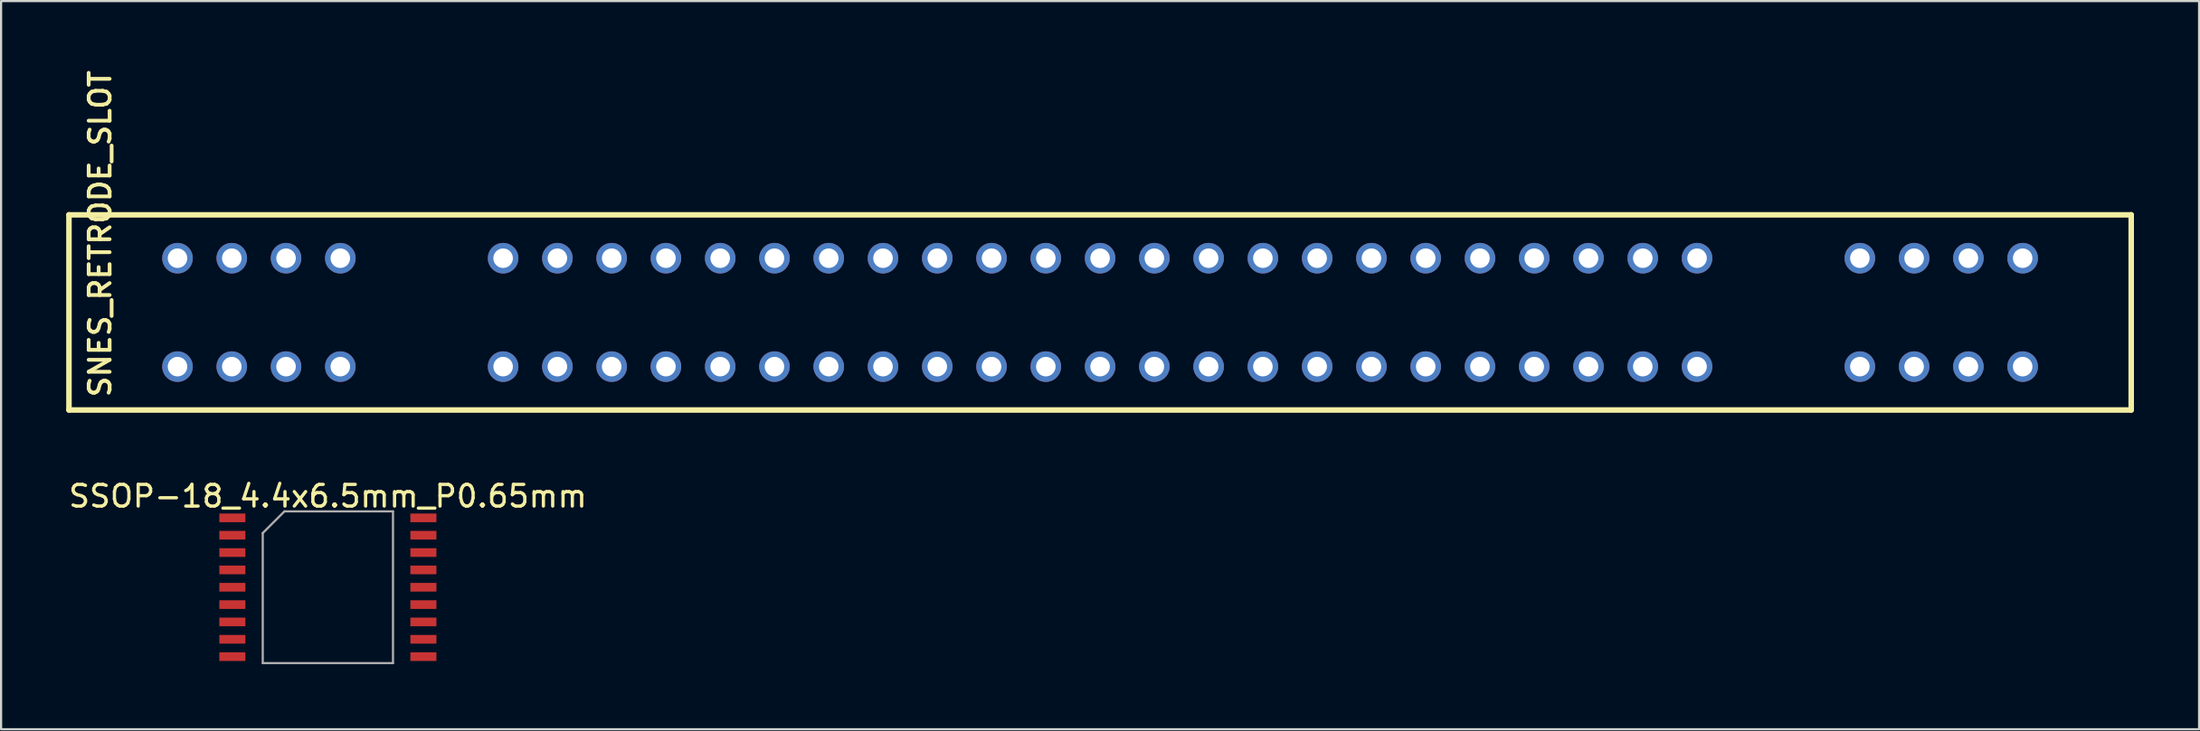
<source format=kicad_pcb>
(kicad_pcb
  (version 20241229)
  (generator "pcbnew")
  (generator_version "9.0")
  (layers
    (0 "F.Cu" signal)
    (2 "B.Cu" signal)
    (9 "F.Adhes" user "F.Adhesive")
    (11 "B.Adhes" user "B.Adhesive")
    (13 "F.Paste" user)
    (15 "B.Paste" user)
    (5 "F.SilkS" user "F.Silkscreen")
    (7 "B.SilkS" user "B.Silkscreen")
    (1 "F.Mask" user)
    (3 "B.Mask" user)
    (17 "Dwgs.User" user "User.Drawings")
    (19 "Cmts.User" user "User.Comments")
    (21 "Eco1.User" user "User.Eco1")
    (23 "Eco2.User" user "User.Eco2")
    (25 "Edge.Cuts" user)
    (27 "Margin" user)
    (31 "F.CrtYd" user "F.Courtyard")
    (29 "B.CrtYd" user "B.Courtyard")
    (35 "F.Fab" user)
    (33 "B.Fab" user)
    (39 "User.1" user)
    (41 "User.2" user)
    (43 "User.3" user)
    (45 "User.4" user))
  (footprint "SSOP-18_4.4x6.5mm_P0.65mm"
    (layer "F.Cu")
    (at 12.054 24.033)
    (property "Reference" "SSOP-18_4.4x6.5mm_P0.65mm" (at 0 -4.2 0) (layer "F.SilkS") (effects (font (size 1 1) (thickness 0.15))))
    (attr smd)
    (fp_line (start -3 -2.5) (end -2 -3.5) (stroke (width 0.1) (type solid)) (layer "F.Fab"))
    (fp_line (start -3 3.5) (end -3 -2.5) (stroke (width 0.1) (type solid)) (layer "F.Fab"))
    (fp_line (start -2 -3.5) (end 3 -3.5) (stroke (width 0.1) (type solid)) (layer "F.Fab"))
    (fp_line (start 3 -3.5) (end 3 3.5) (stroke (width 0.1) (type solid)) (layer "F.Fab"))
    (fp_line (start 3 3.5) (end -3 3.5) (stroke (width 0.1) (type solid)) (layer "F.Fab"))
    (pad "1" smd rect (at -4.4 -3.2) (size 1.2 0.4) (layers "F.Cu" "F.Mask" "F.Paste"))
    (pad "2" smd rect (at -4.4 -2.4) (size 1.2 0.4) (layers "F.Cu" "F.Mask" "F.Paste"))
    (pad "3" smd rect (at -4.4 -1.6) (size 1.2 0.4) (layers "F.Cu" "F.Mask" "F.Paste"))
    (pad "4" smd rect (at -4.4 -0.8) (size 1.2 0.4) (layers "F.Cu" "F.Mask" "F.Paste"))
    (pad "5" smd rect (at -4.4 0) (size 1.2 0.4) (layers "F.Cu" "F.Mask" "F.Paste"))
    (pad "6" smd rect (at -4.4 0.8) (size 1.2 0.4) (layers "F.Cu" "F.Mask" "F.Paste"))
    (pad "7" smd rect (at -4.4 1.6) (size 1.2 0.4) (layers "F.Cu" "F.Mask" "F.Paste"))
    (pad "8" smd rect (at -4.4 2.4) (size 1.2 0.4) (layers "F.Cu" "F.Mask" "F.Paste"))
    (pad "9" smd rect (at -4.4 3.2) (size 1.2 0.4) (layers "F.Cu" "F.Mask" "F.Paste"))
    (pad "10" smd rect (at 4.4 3.2) (size 1.2 0.4) (layers "F.Cu" "F.Mask" "F.Paste"))
    (pad "11" smd rect (at 4.4 2.4) (size 1.2 0.4) (layers "F.Cu" "F.Mask" "F.Paste"))
    (pad "12" smd rect (at 4.4 1.6) (size 1.2 0.4) (layers "F.Cu" "F.Mask" "F.Paste"))
    (pad "13" smd rect (at 4.4 0.8) (size 1.2 0.4) (layers "F.Cu" "F.Mask" "F.Paste"))
    (pad "14" smd rect (at 4.4 0) (size 1.2 0.4) (layers "F.Cu" "F.Mask" "F.Paste"))
    (pad "15" smd rect (at 4.4 -0.8) (size 1.2 0.4) (layers "F.Cu" "F.Mask" "F.Paste"))
    (pad "16" smd rect (at 4.4 -1.6) (size 1.2 0.4) (layers "F.Cu" "F.Mask" "F.Paste"))
    (pad "17" smd rect (at 4.4 -2.4) (size 1.2 0.4) (layers "F.Cu" "F.Mask" "F.Paste"))
    (pad "18" smd rect (at 4.4 -3.2) (size 1.2 0.4) (layers "F.Cu" "F.Mask" "F.Paste")))
  (footprint "SNES_RETRODE_SLOT"
    (layer "F.Cu")
    (at 47.627 11.358)
    (property "Reference" "SNES_RETRODE_SLOT" (at -45.5 4 90) (layer "F.SilkS") (effects (font (size 0.965 0.965) (thickness 0.174)) (justify left bottom)))
    (attr through_hole)
    (fp_line (start -47.5 -4.5) (end 47.5 -4.5) (stroke (width 0.254) (type solid)) (layer "F.SilkS"))
    (fp_line (start -47.5 4.5) (end -47.5 -4.5) (stroke (width 0.254) (type solid)) (layer "F.SilkS"))
    (fp_line (start 47.5 -4.5) (end 47.5 4.5) (stroke (width 0.254) (type solid)) (layer "F.SilkS"))
    (fp_line (start 47.5 4.5) (end -47.5 4.5) (stroke (width 0.254) (type solid)) (layer "F.SilkS"))
    (pad "1" thru_hole circle (at -42.5 -2.5) (size 1.408 1.408) (drill 0.9) (layers "*.Cu" "*.Mask"))
    (pad "2" thru_hole circle (at -40 -2.5) (size 1.408 1.408) (drill 0.9) (layers "*.Cu" "*.Mask"))
    (pad "3" thru_hole circle (at -37.5 -2.5) (size 1.408 1.408) (drill 0.9) (layers "*.Cu" "*.Mask"))
    (pad "4" thru_hole circle (at -35 -2.5) (size 1.408 1.408) (drill 0.9) (layers "*.Cu" "*.Mask"))
    (pad "5" thru_hole circle (at -27.5 -2.5) (size 1.408 1.408) (drill 0.9) (layers "*.Cu" "*.Mask"))
    (pad "6" thru_hole circle (at -25 -2.5) (size 1.408 1.408) (drill 0.9) (layers "*.Cu" "*.Mask"))
    (pad "7" thru_hole circle (at -22.5 -2.5) (size 1.408 1.408) (drill 0.9) (layers "*.Cu" "*.Mask"))
    (pad "8" thru_hole circle (at -20 -2.5) (size 1.408 1.408) (drill 0.9) (layers "*.Cu" "*.Mask"))
    (pad "9" thru_hole circle (at -17.5 -2.5) (size 1.408 1.408) (drill 0.9) (layers "*.Cu" "*.Mask"))
    (pad "10" thru_hole circle (at -15 -2.5) (size 1.408 1.408) (drill 0.9) (layers "*.Cu" "*.Mask"))
    (pad "11" thru_hole circle (at -12.5 -2.5) (size 1.408 1.408) (drill 0.9) (layers "*.Cu" "*.Mask"))
    (pad "12" thru_hole circle (at -10 -2.5) (size 1.408 1.408) (drill 0.9) (layers "*.Cu" "*.Mask"))
    (pad "13" thru_hole circle (at -7.5 -2.5) (size 1.408 1.408) (drill 0.9) (layers "*.Cu" "*.Mask"))
    (pad "14" thru_hole circle (at -5 -2.5) (size 1.408 1.408) (drill 0.9) (layers "*.Cu" "*.Mask"))
    (pad "15" thru_hole circle (at -2.5 -2.5) (size 1.408 1.408) (drill 0.9) (layers "*.Cu" "*.Mask"))
    (pad "16" thru_hole circle (at 0 -2.5) (size 1.408 1.408) (drill 0.9) (layers "*.Cu" "*.Mask"))
    (pad "17" thru_hole circle (at 2.5 -2.5) (size 1.408 1.408) (drill 0.9) (layers "*.Cu" "*.Mask"))
    (pad "18" thru_hole circle (at 5 -2.5) (size 1.408 1.408) (drill 0.9) (layers "*.Cu" "*.Mask"))
    (pad "19" thru_hole circle (at 7.5 -2.5) (size 1.408 1.408) (drill 0.9) (layers "*.Cu" "*.Mask"))
    (pad "20" thru_hole circle (at 10 -2.5) (size 1.408 1.408) (drill 0.9) (layers "*.Cu" "*.Mask"))
    (pad "21" thru_hole circle (at 12.5 -2.5) (size 1.408 1.408) (drill 0.9) (layers "*.Cu" "*.Mask"))
    (pad "22" thru_hole circle (at 15 -2.5) (size 1.408 1.408) (drill 0.9) (layers "*.Cu" "*.Mask"))
    (pad "23" thru_hole circle (at 17.5 -2.5) (size 1.408 1.408) (drill 0.9) (layers "*.Cu" "*.Mask"))
    (pad "24" thru_hole circle (at 20 -2.5) (size 1.408 1.408) (drill 0.9) (layers "*.Cu" "*.Mask"))
    (pad "25" thru_hole circle (at 22.5 -2.5) (size 1.408 1.408) (drill 0.9) (layers "*.Cu" "*.Mask"))
    (pad "26" thru_hole circle (at 25 -2.5) (size 1.408 1.408) (drill 0.9) (layers "*.Cu" "*.Mask"))
    (pad "27" thru_hole circle (at 27.5 -2.5) (size 1.408 1.408) (drill 0.9) (layers "*.Cu" "*.Mask"))
    (pad "28" thru_hole circle (at 35 -2.5) (size 1.408 1.408) (drill 0.9) (layers "*.Cu" "*.Mask"))
    (pad "29" thru_hole circle (at 37.5 -2.5) (size 1.408 1.408) (drill 0.9) (layers "*.Cu" "*.Mask"))
    (pad "30" thru_hole circle (at 40 -2.5) (size 1.408 1.408) (drill 0.9) (layers "*.Cu" "*.Mask"))
    (pad "31" thru_hole circle (at 42.5 -2.5) (size 1.408 1.408) (drill 0.9) (layers "*.Cu" "*.Mask"))
    (pad "32" thru_hole circle (at -42.5 2.5) (size 1.408 1.408) (drill 0.9) (layers "*.Cu" "*.Mask"))
    (pad "33" thru_hole circle (at -40 2.5) (size 1.408 1.408) (drill 0.9) (layers "*.Cu" "*.Mask"))
    (pad "34" thru_hole circle (at -37.5 2.5) (size 1.408 1.408) (drill 0.9) (layers "*.Cu" "*.Mask"))
    (pad "35" thru_hole circle (at -35 2.5) (size 1.408 1.408) (drill 0.9) (layers "*.Cu" "*.Mask"))
    (pad "36" thru_hole circle (at -27.5 2.5) (size 1.408 1.408) (drill 0.9) (layers "*.Cu" "*.Mask"))
    (pad "37" thru_hole circle (at -25 2.5) (size 1.408 1.408) (drill 0.9) (layers "*.Cu" "*.Mask"))
    (pad "38" thru_hole circle (at -22.5 2.5) (size 1.408 1.408) (drill 0.9) (layers "*.Cu" "*.Mask"))
    (pad "39" thru_hole circle (at -20 2.5) (size 1.408 1.408) (drill 0.9) (layers "*.Cu" "*.Mask"))
    (pad "40" thru_hole circle (at -17.5 2.5) (size 1.408 1.408) (drill 0.9) (layers "*.Cu" "*.Mask"))
    (pad "41" thru_hole circle (at -15 2.5) (size 1.408 1.408) (drill 0.9) (layers "*.Cu" "*.Mask"))
    (pad "42" thru_hole circle (at -12.5 2.5) (size 1.408 1.408) (drill 0.9) (layers "*.Cu" "*.Mask"))
    (pad "43" thru_hole circle (at -10 2.5) (size 1.408 1.408) (drill 0.9) (layers "*.Cu" "*.Mask"))
    (pad "44" thru_hole circle (at -7.5 2.5) (size 1.408 1.408) (drill 0.9) (layers "*.Cu" "*.Mask"))
    (pad "45" thru_hole circle (at -5 2.5) (size 1.408 1.408) (drill 0.9) (layers "*.Cu" "*.Mask"))
    (pad "46" thru_hole circle (at -2.5 2.5) (size 1.408 1.408) (drill 0.9) (layers "*.Cu" "*.Mask"))
    (pad "47" thru_hole circle (at 0 2.5) (size 1.408 1.408) (drill 0.9) (layers "*.Cu" "*.Mask"))
    (pad "48" thru_hole circle (at 2.5 2.5) (size 1.408 1.408) (drill 0.9) (layers "*.Cu" "*.Mask"))
    (pad "49" thru_hole circle (at 5 2.5) (size 1.408 1.408) (drill 0.9) (layers "*.Cu" "*.Mask"))
    (pad "50" thru_hole circle (at 7.5 2.5) (size 1.408 1.408) (drill 0.9) (layers "*.Cu" "*.Mask"))
    (pad "51" thru_hole circle (at 10 2.5) (size 1.408 1.408) (drill 0.9) (layers "*.Cu" "*.Mask"))
    (pad "52" thru_hole circle (at 12.5 2.5) (size 1.408 1.408) (drill 0.9) (layers "*.Cu" "*.Mask"))
    (pad "53" thru_hole circle (at 15 2.5) (size 1.408 1.408) (drill 0.9) (layers "*.Cu" "*.Mask"))
    (pad "54" thru_hole circle (at 17.5 2.5) (size 1.408 1.408) (drill 0.9) (layers "*.Cu" "*.Mask"))
    (pad "55" thru_hole circle (at 20 2.5) (size 1.408 1.408) (drill 0.9) (layers "*.Cu" "*.Mask"))
    (pad "56" thru_hole circle (at 22.5 2.5) (size 1.408 1.408) (drill 0.9) (layers "*.Cu" "*.Mask"))
    (pad "57" thru_hole circle (at 25 2.5) (size 1.408 1.408) (drill 0.9) (layers "*.Cu" "*.Mask"))
    (pad "58" thru_hole circle (at 27.5 2.5) (size 1.408 1.408) (drill 0.9) (layers "*.Cu" "*.Mask"))
    (pad "59" thru_hole circle (at 35 2.5) (size 1.408 1.408) (drill 0.9) (layers "*.Cu" "*.Mask"))
    (pad "60" thru_hole circle (at 37.5 2.5) (size 1.408 1.408) (drill 0.9) (layers "*.Cu" "*.Mask"))
    (pad "61" thru_hole circle (at 40 2.5) (size 1.408 1.408) (drill 0.9) (layers "*.Cu" "*.Mask"))
    (pad "62" thru_hole circle (at 42.5 2.5) (size 1.408 1.408) (drill 0.9) (layers "*.Cu" "*.Mask")))
  (gr_rect
    (start -3 -3)
    (end 98.254 30.583)
    (stroke (width 0.1) (type default))
    (fill no)
    (layer "Edge.Cuts")))
</source>
